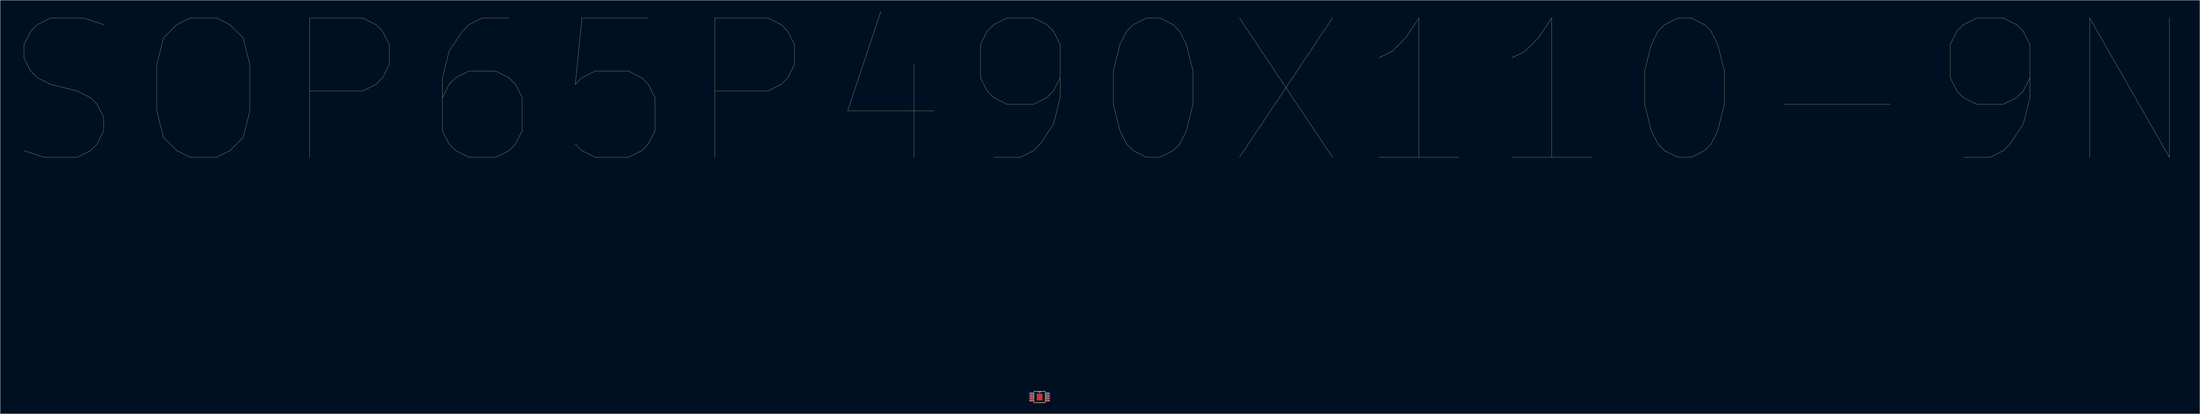
<source format=kicad_pcb>
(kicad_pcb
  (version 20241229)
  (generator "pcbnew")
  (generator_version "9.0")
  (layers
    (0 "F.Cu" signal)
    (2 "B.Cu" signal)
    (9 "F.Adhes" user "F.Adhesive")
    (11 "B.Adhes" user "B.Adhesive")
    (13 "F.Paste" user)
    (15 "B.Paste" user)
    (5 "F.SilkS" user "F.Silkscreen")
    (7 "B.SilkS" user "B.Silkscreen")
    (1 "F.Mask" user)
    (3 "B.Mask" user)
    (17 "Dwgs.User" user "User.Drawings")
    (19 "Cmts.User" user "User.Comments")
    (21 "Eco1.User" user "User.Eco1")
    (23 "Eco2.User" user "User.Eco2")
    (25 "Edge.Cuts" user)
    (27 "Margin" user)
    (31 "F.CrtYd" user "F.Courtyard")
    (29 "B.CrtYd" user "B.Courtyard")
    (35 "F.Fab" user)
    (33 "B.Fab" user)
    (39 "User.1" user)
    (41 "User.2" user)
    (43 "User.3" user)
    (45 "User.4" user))
  (footprint "SOP65P490X110-9N"
    (layer "F.Cu")
    (at 282.081 106.024)
    (property "Reference" "SOP65P490X110-9N" (at 16.578 -83.556 0) (layer "F.SilkS") (effects (font (size 38.257 38.257) (thickness 0.05))))
    (attr smd)
    (fp_line (start -1.549 1.549) (end 1.549 1.549) (stroke (width 0.152) (type solid)) (layer "F.SilkS"))
    (fp_line (start -0.305 -1.549) (end -1.549 -1.549) (stroke (width 0.152) (type solid)) (layer "F.SilkS"))
    (fp_line (start 0.305 -1.549) (end -0.305 -1.549) (stroke (width 0.152) (type solid)) (layer "F.SilkS"))
    (fp_line (start 1.549 -1.549) (end 0.305 -1.549) (stroke (width 0.152) (type solid)) (layer "F.SilkS"))
    (fp_arc (start -0.127001 -1.269999) (mid -0.2553 -1.384627) (end -0.3048 -1.5494) (stroke (width 0.1524) (type solid)) (layer "F.SilkS"))
    (fp_arc (start 0.304798 -1.549399) (mid 0.255298 -1.384628) (end 0.127 -1.27) (stroke (width 0.1524) (type solid)) (layer "F.SilkS"))
    (fp_line (start -2.515 -1.168) (end -2.515 -0.787) (stroke (width 0.1) (type solid)) (layer "Dwgs.User"))
    (fp_line (start -2.515 -0.787) (end -1.549 -0.787) (stroke (width 0.1) (type solid)) (layer "Dwgs.User"))
    (fp_line (start -2.515 -0.508) (end -2.515 -0.127) (stroke (width 0.1) (type solid)) (layer "Dwgs.User"))
    (fp_line (start -2.515 -0.127) (end -1.549 -0.127) (stroke (width 0.1) (type solid)) (layer "Dwgs.User"))
    (fp_line (start -2.515 0.127) (end -2.515 0.508) (stroke (width 0.1) (type solid)) (layer "Dwgs.User"))
    (fp_line (start -2.515 0.508) (end -1.549 0.508) (stroke (width 0.1) (type solid)) (layer "Dwgs.User"))
    (fp_line (start -2.515 0.787) (end -2.515 1.168) (stroke (width 0.1) (type solid)) (layer "Dwgs.User"))
    (fp_line (start -2.515 1.168) (end -1.549 1.168) (stroke (width 0.1) (type solid)) (layer "Dwgs.User"))
    (fp_line (start -1.549 -1.549) (end -1.549 1.549) (stroke (width 0.1) (type solid)) (layer "Dwgs.User"))
    (fp_line (start -1.549 -1.168) (end -2.515 -1.168) (stroke (width 0.1) (type solid)) (layer "Dwgs.User"))
    (fp_line (start -1.549 -0.787) (end -1.549 -1.168) (stroke (width 0.1) (type solid)) (layer "Dwgs.User"))
    (fp_line (start -1.549 -0.508) (end -2.515 -0.508) (stroke (width 0.1) (type solid)) (layer "Dwgs.User"))
    (fp_line (start -1.549 -0.127) (end -1.549 -0.508) (stroke (width 0.1) (type solid)) (layer "Dwgs.User"))
    (fp_line (start -1.549 0.127) (end -2.515 0.127) (stroke (width 0.1) (type solid)) (layer "Dwgs.User"))
    (fp_line (start -1.549 0.508) (end -1.549 0.127) (stroke (width 0.1) (type solid)) (layer "Dwgs.User"))
    (fp_line (start -1.549 0.787) (end -2.515 0.787) (stroke (width 0.1) (type solid)) (layer "Dwgs.User"))
    (fp_line (start -1.549 1.168) (end -1.549 0.787) (stroke (width 0.1) (type solid)) (layer "Dwgs.User"))
    (fp_line (start -1.549 1.549) (end 1.549 1.549) (stroke (width 0.1) (type solid)) (layer "Dwgs.User"))
    (fp_line (start -0.305 -1.549) (end -1.549 -1.549) (stroke (width 0.1) (type solid)) (layer "Dwgs.User"))
    (fp_line (start 0.305 -1.549) (end -0.305 -1.549) (stroke (width 0.1) (type solid)) (layer "Dwgs.User"))
    (fp_line (start 1.549 -1.549) (end 0.305 -1.549) (stroke (width 0.1) (type solid)) (layer "Dwgs.User"))
    (fp_line (start 1.549 -1.168) (end 1.549 -0.787) (stroke (width 0.1) (type solid)) (layer "Dwgs.User"))
    (fp_line (start 1.549 -0.787) (end 2.515 -0.787) (stroke (width 0.1) (type solid)) (layer "Dwgs.User"))
    (fp_line (start 1.549 -0.508) (end 1.549 -0.127) (stroke (width 0.1) (type solid)) (layer "Dwgs.User"))
    (fp_line (start 1.549 -0.127) (end 2.515 -0.127) (stroke (width 0.1) (type solid)) (layer "Dwgs.User"))
    (fp_line (start 1.549 0.127) (end 1.549 0.508) (stroke (width 0.1) (type solid)) (layer "Dwgs.User"))
    (fp_line (start 1.549 0.508) (end 2.515 0.508) (stroke (width 0.1) (type solid)) (layer "Dwgs.User"))
    (fp_line (start 1.549 0.787) (end 1.549 1.168) (stroke (width 0.1) (type solid)) (layer "Dwgs.User"))
    (fp_line (start 1.549 1.168) (end 2.515 1.168) (stroke (width 0.1) (type solid)) (layer "Dwgs.User"))
    (fp_line (start 1.549 1.549) (end 1.549 -1.549) (stroke (width 0.1) (type solid)) (layer "Dwgs.User"))
    (fp_line (start 2.515 -1.168) (end 1.549 -1.168) (stroke (width 0.1) (type solid)) (layer "Dwgs.User"))
    (fp_line (start 2.515 -0.787) (end 2.515 -1.168) (stroke (width 0.1) (type solid)) (layer "Dwgs.User"))
    (fp_line (start 2.515 -0.508) (end 1.549 -0.508) (stroke (width 0.1) (type solid)) (layer "Dwgs.User"))
    (fp_line (start 2.515 -0.127) (end 2.515 -0.508) (stroke (width 0.1) (type solid)) (layer "Dwgs.User"))
    (fp_line (start 2.515 0.127) (end 1.549 0.127) (stroke (width 0.1) (type solid)) (layer "Dwgs.User"))
    (fp_line (start 2.515 0.508) (end 2.515 0.127) (stroke (width 0.1) (type solid)) (layer "Dwgs.User"))
    (fp_line (start 2.515 0.787) (end 1.549 0.787) (stroke (width 0.1) (type solid)) (layer "Dwgs.User"))
    (fp_line (start 2.515 1.168) (end 2.515 0.787) (stroke (width 0.1) (type solid)) (layer "Dwgs.User"))
    (fp_arc (start 0.3048 -1.5494) (mid 0 -1.2446) (end -0.3048 -1.5494) (stroke (width 0.1) (type solid)) (layer "Dwgs.User"))
    (pad "1" smd rect (at -2.184 -0.965) (size 1.422 0.432) (layers "F.Cu" "F.Mask" "F.Paste"))
    (pad "2" smd rect (at -2.184 -0.33) (size 1.422 0.432) (layers "F.Cu" "F.Mask" "F.Paste"))
    (pad "3" smd rect (at -2.184 0.33) (size 1.422 0.432) (layers "F.Cu" "F.Mask" "F.Paste"))
    (pad "4" smd rect (at -2.184 0.965) (size 1.422 0.432) (layers "F.Cu" "F.Mask" "F.Paste"))
    (pad "5" smd rect (at 2.184 0.965) (size 1.422 0.432) (layers "F.Cu" "F.Mask" "F.Paste"))
    (pad "6" smd rect (at 2.184 0.33) (size 1.422 0.432) (layers "F.Cu" "F.Mask" "F.Paste"))
    (pad "7" smd rect (at 2.184 -0.33) (size 1.422 0.432) (layers "F.Cu" "F.Mask" "F.Paste"))
    (pad "8" smd rect (at 2.184 -0.965) (size 1.422 0.432) (layers "F.Cu" "F.Mask" "F.Paste"))
    (pad "9" smd rect (at 0 0) (size 1.575 1.88) (layers "F.Cu" "F.Mask" "F.Paste")))
  (gr_rect
    (start -3 -3)
    (end 600.317 110.65)
    (stroke (width 0.1) (type default))
    (fill no)
    (layer "Edge.Cuts")))
</source>
